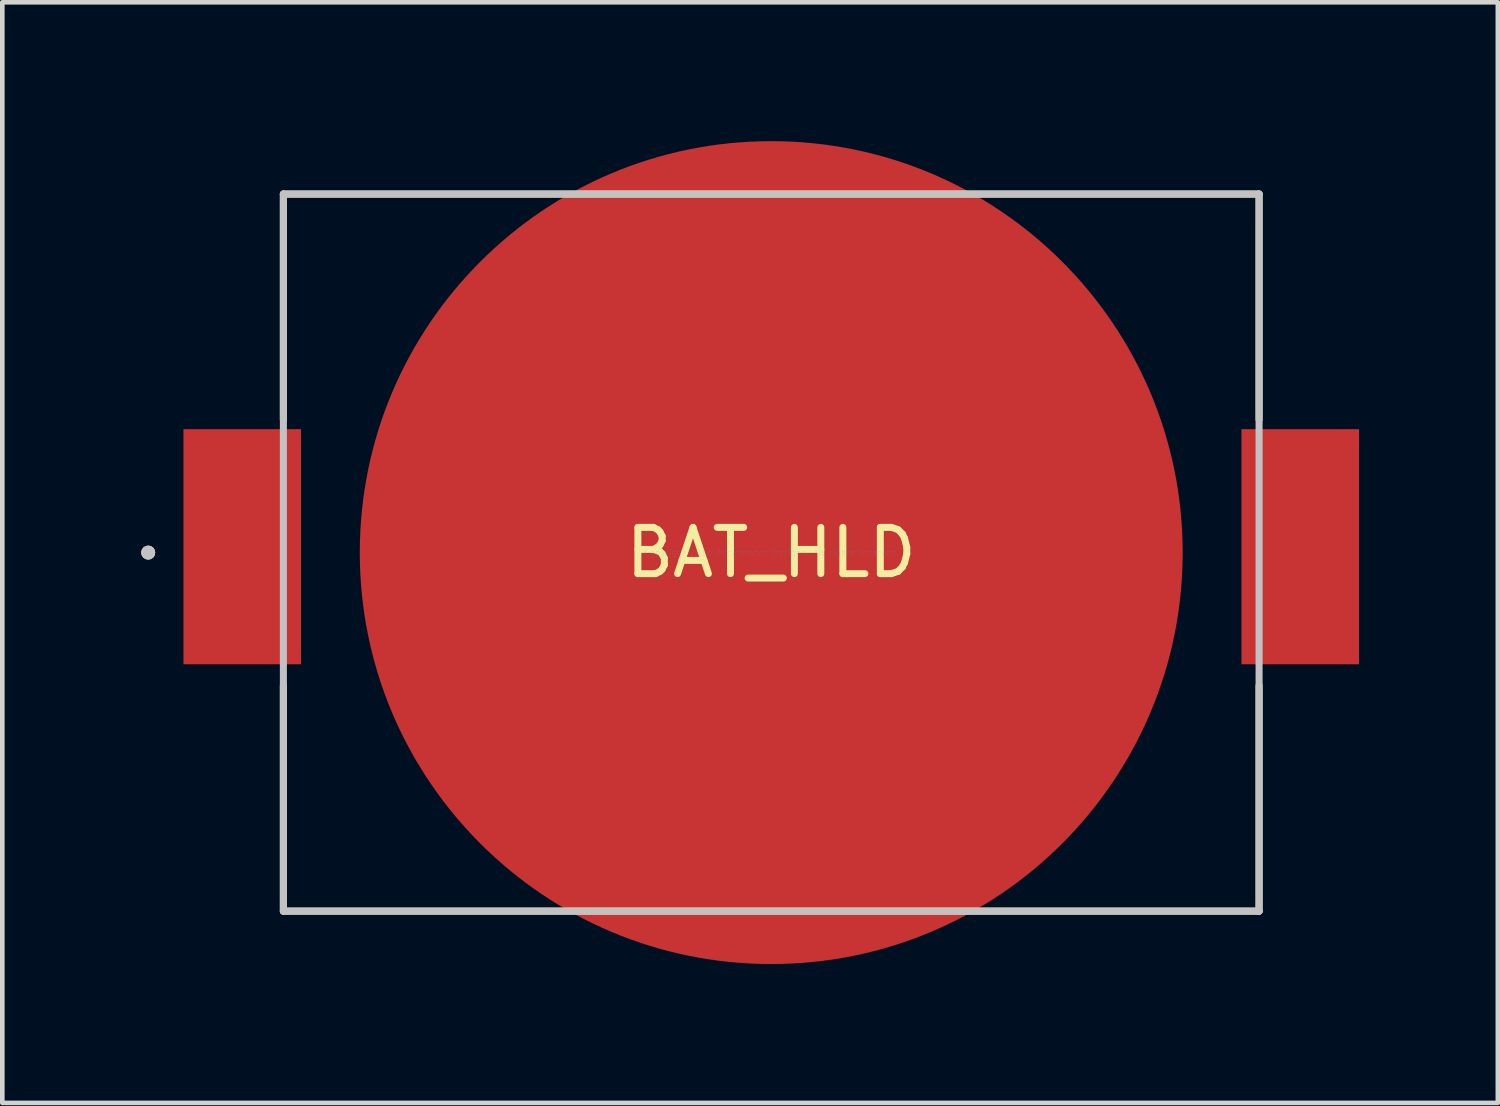
<source format=kicad_pcb>
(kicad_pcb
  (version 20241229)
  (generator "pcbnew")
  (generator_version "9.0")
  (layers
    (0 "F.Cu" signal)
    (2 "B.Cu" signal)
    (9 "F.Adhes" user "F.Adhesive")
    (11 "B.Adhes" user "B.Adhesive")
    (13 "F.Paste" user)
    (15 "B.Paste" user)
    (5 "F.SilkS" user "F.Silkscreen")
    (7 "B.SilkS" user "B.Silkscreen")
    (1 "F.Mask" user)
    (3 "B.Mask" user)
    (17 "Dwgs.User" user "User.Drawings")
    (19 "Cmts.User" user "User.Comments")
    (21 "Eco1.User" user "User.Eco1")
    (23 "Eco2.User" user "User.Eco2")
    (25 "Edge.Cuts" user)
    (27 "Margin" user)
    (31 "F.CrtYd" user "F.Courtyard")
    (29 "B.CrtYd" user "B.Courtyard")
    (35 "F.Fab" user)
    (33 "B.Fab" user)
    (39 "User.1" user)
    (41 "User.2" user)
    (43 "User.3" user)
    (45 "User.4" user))
  (footprint "BAT_HLD"
    (layer "F.Cu")
    (at 13.614 8.89)
    (property "Reference" "BAT_HLD" (at 0 0 0) (layer "F.SilkS") (effects (font (size 1 1) (thickness 0.15))))
    (attr through_hole)
    (fp_line (start -10.541 -7.747) (end -10.541 -2.873) (stroke (width 0.152) (type solid)) (layer "F.SilkS"))
    (fp_line (start -10.541 2.873) (end -10.541 7.747) (stroke (width 0.152) (type solid)) (layer "F.SilkS"))
    (fp_line (start -10.541 7.747) (end 10.541 7.747) (stroke (width 0.152) (type solid)) (layer "F.SilkS"))
    (fp_line (start 10.541 -7.747) (end -10.541 -7.747) (stroke (width 0.152) (type solid)) (layer "F.SilkS"))
    (fp_line (start 10.541 -2.873) (end 10.541 -7.747) (stroke (width 0.152) (type solid)) (layer "F.SilkS"))
    (fp_line (start 10.541 7.747) (end 10.541 2.873) (stroke (width 0.152) (type solid)) (layer "F.SilkS"))
    (fp_circle (center -13.462 0) (end -13.386 0) (stroke (width 0.152) (type solid)) (fill no) (layer "F.SilkS"))
    (fp_line (start -10.541 -7.747) (end -10.541 7.747) (stroke (width 0.152) (type solid)) (layer "Dwgs.User"))
    (fp_line (start -10.541 7.747) (end 10.541 7.747) (stroke (width 0.152) (type solid)) (layer "Dwgs.User"))
    (fp_line (start 10.541 -7.747) (end -10.541 -7.747) (stroke (width 0.152) (type solid)) (layer "Dwgs.User"))
    (fp_line (start 10.541 7.747) (end 10.541 -7.747) (stroke (width 0.152) (type solid)) (layer "Dwgs.User"))
    (fp_circle (center -13.462 0) (end -13.386 0) (stroke (width 0.152) (type solid)) (fill no) (layer "Dwgs.User"))
    (fp_text user "Copyright 2016 Accelerated Designs. All rights reserved." (at 0 0 0) (layer "Cmts.User") (effects (font (size 0.127 0.127) (thickness 0.002))))
    (pad "1" smd rect (at -11.43 -0.127) (size 2.54 5.08) (layers "F.Cu" "F.Mask"))
    (pad "1" smd rect (at 11.43 -0.127) (size 2.54 5.08) (layers "F.Cu" "F.Mask"))
    (pad "2" smd circle (at 0 0) (size 17.78 17.78) (layers "F.Cu" "F.Mask")))
  (gr_rect
    (start -3 -3)
    (end 29.314 20.78)
    (stroke (width 0.1) (type default))
    (fill no)
    (layer "Edge.Cuts")))
</source>
